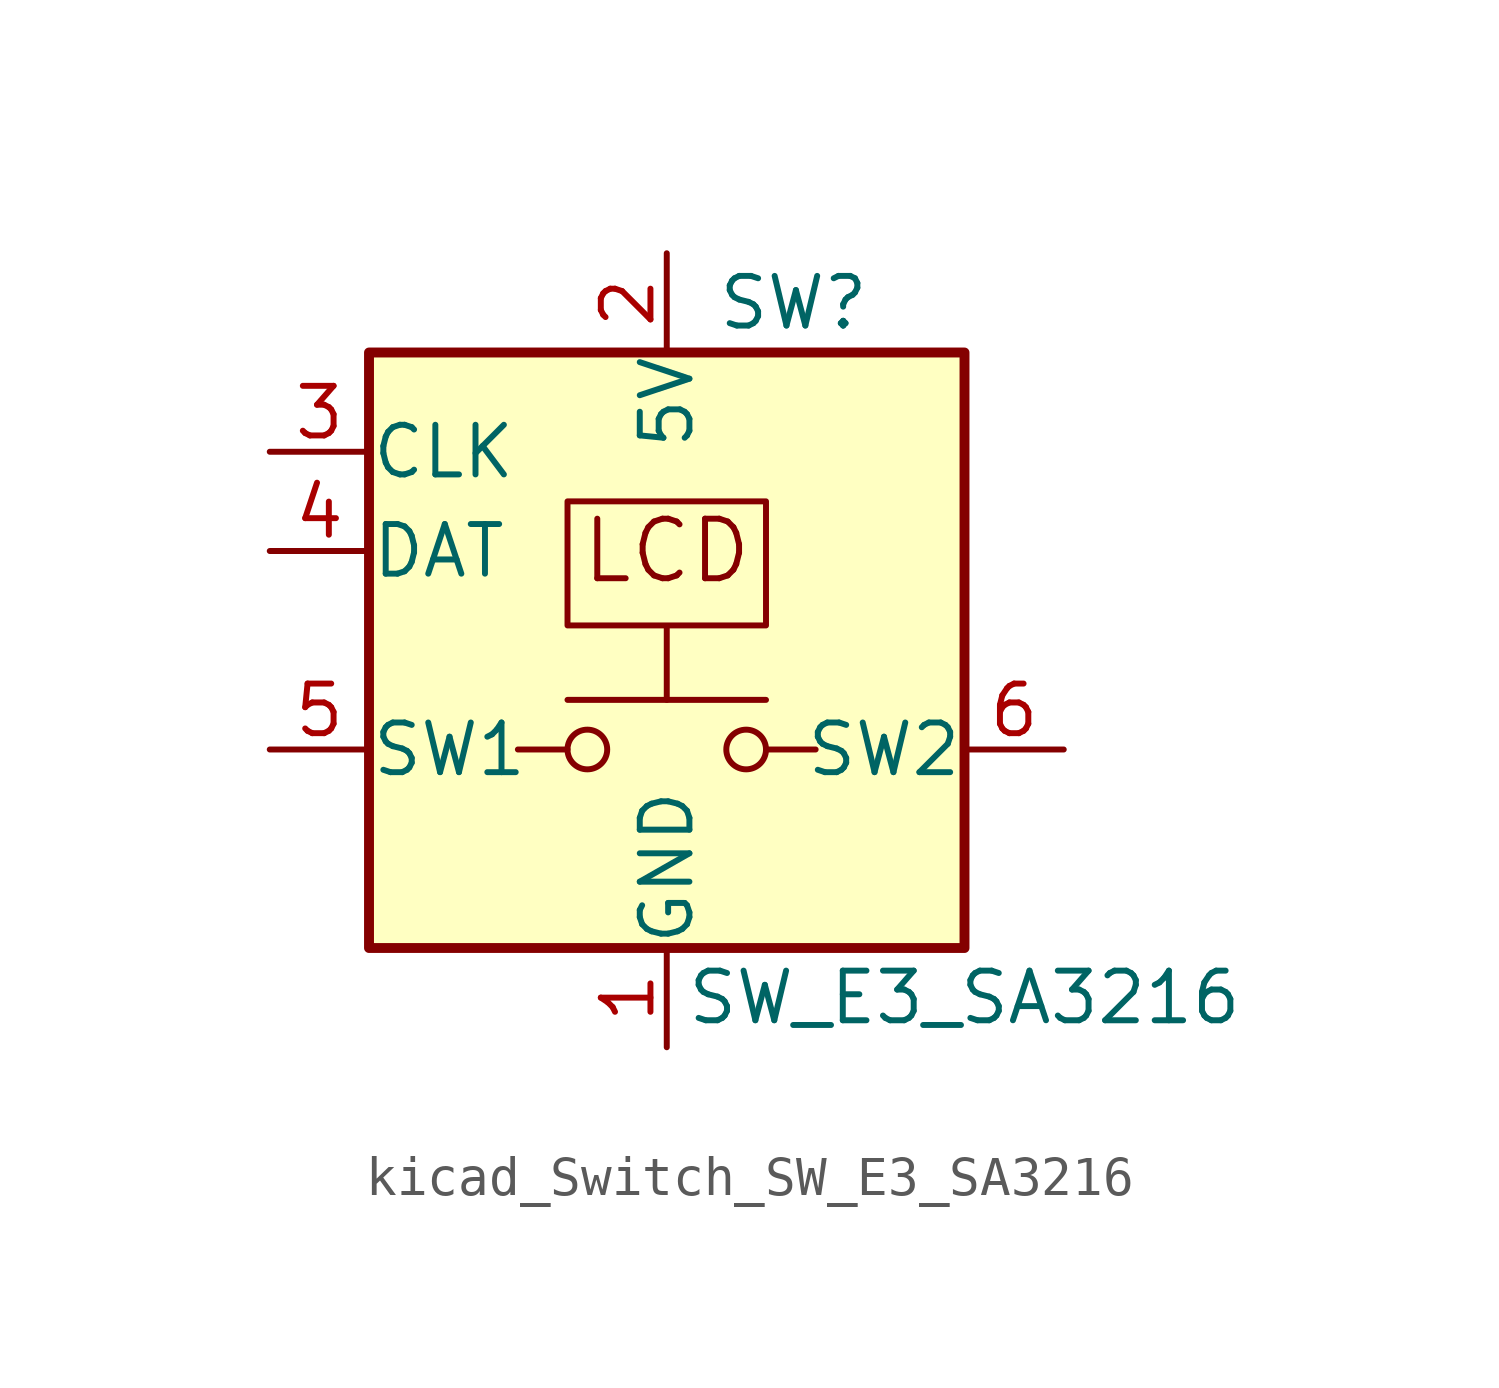
<source format=kicad_sym>
(kicad_symbol_lib
  (version 20220914)
  (generator kicad_symbol_editor)
  (symbol "kicad_Switch_SW_E3_SA3216"
    (pin_names
      (offset 0.025))
    (property "Reference" "SW"
      (at 1.27 8.89 0)
      (effects (font (size 1.27 1.27)) (justify left)))
    (property "Value" "SW_E3_SA3216"
      (at 7.62 -8.89 0)
      (effects (font (size 1.27 1.27))))
    (symbol "kicad_Switch_SW_E3_SA3216_0_0"
      (rectangle (start -7.62 7.62) (end 7.62 -7.62) (stroke (width 0.254) (type default)) (fill (type background)))
      (polyline (pts (xy -2.54 -2.54) (xy -3.81 -2.54)) (stroke (width 0) (type default)) (fill (type none)))
      (polyline (pts (xy 2.54 -2.54) (xy 3.81 -2.54)) (stroke (width 0) (type default)) (fill (type none)))
      (text "LCD" (at 0 2.54 0) (effects (font (size 1.524 1.524)))))
    (symbol "kicad_Switch_SW_E3_SA3216_0_1"
      (circle (center -2.032 -2.54) (radius 0.508) (stroke (width 0) (type default)) (fill (type none)))
      (polyline (pts (xy 2.54 -1.27) (xy -2.54 -1.27)) (stroke (width 0) (type default)) (fill (type none)))
      (polyline (pts (xy 0 -1.27) (xy 0 0.635) (xy -2.54 0.635) (xy -2.54 3.81) (xy 2.54 3.81) (xy 2.54 0.635) (xy 0 0.635)) (stroke (width 0) (type default)) (fill (type none)))
      (circle (center 2.032 -2.54) (radius 0.508) (stroke (width 0) (type default)) (fill (type none)))
      (pin power_in line (at 0 -10.16 90) (length 2.54) (name "GND" (effects (font (size 1.27 1.27)))) (number "1" (effects (font (size 1.27 1.27)))))
      (pin power_in line (at 0 10.16 270) (length 2.54) (name "5V" (effects (font (size 1.27 1.27)))) (number "2" (effects (font (size 1.27 1.27)))))
      (pin input line (at -10.16 5.08 0) (length 2.54) (name "CLK" (effects (font (size 1.27 1.27)))) (number "3" (effects (font (size 1.27 1.27)))))
      (pin input line (at -10.16 2.54 0) (length 2.54) (name "DAT" (effects (font (size 1.27 1.27)))) (number "4" (effects (font (size 1.27 1.27))))))
    (symbol "kicad_Switch_SW_E3_SA3216_1_1"
      (pin passive line (at -10.16 -2.54 0) (length 2.54) (name "SW1" (effects (font (size 1.27 1.27)))) (number "5" (effects (font (size 1.27 1.27)))))
      (pin passive line (at 10.16 -2.54 180) (length 2.54) (name "SW2" (effects (font (size 1.27 1.27)))) (number "6" (effects (font (size 1.27 1.27))))))))
</source>
